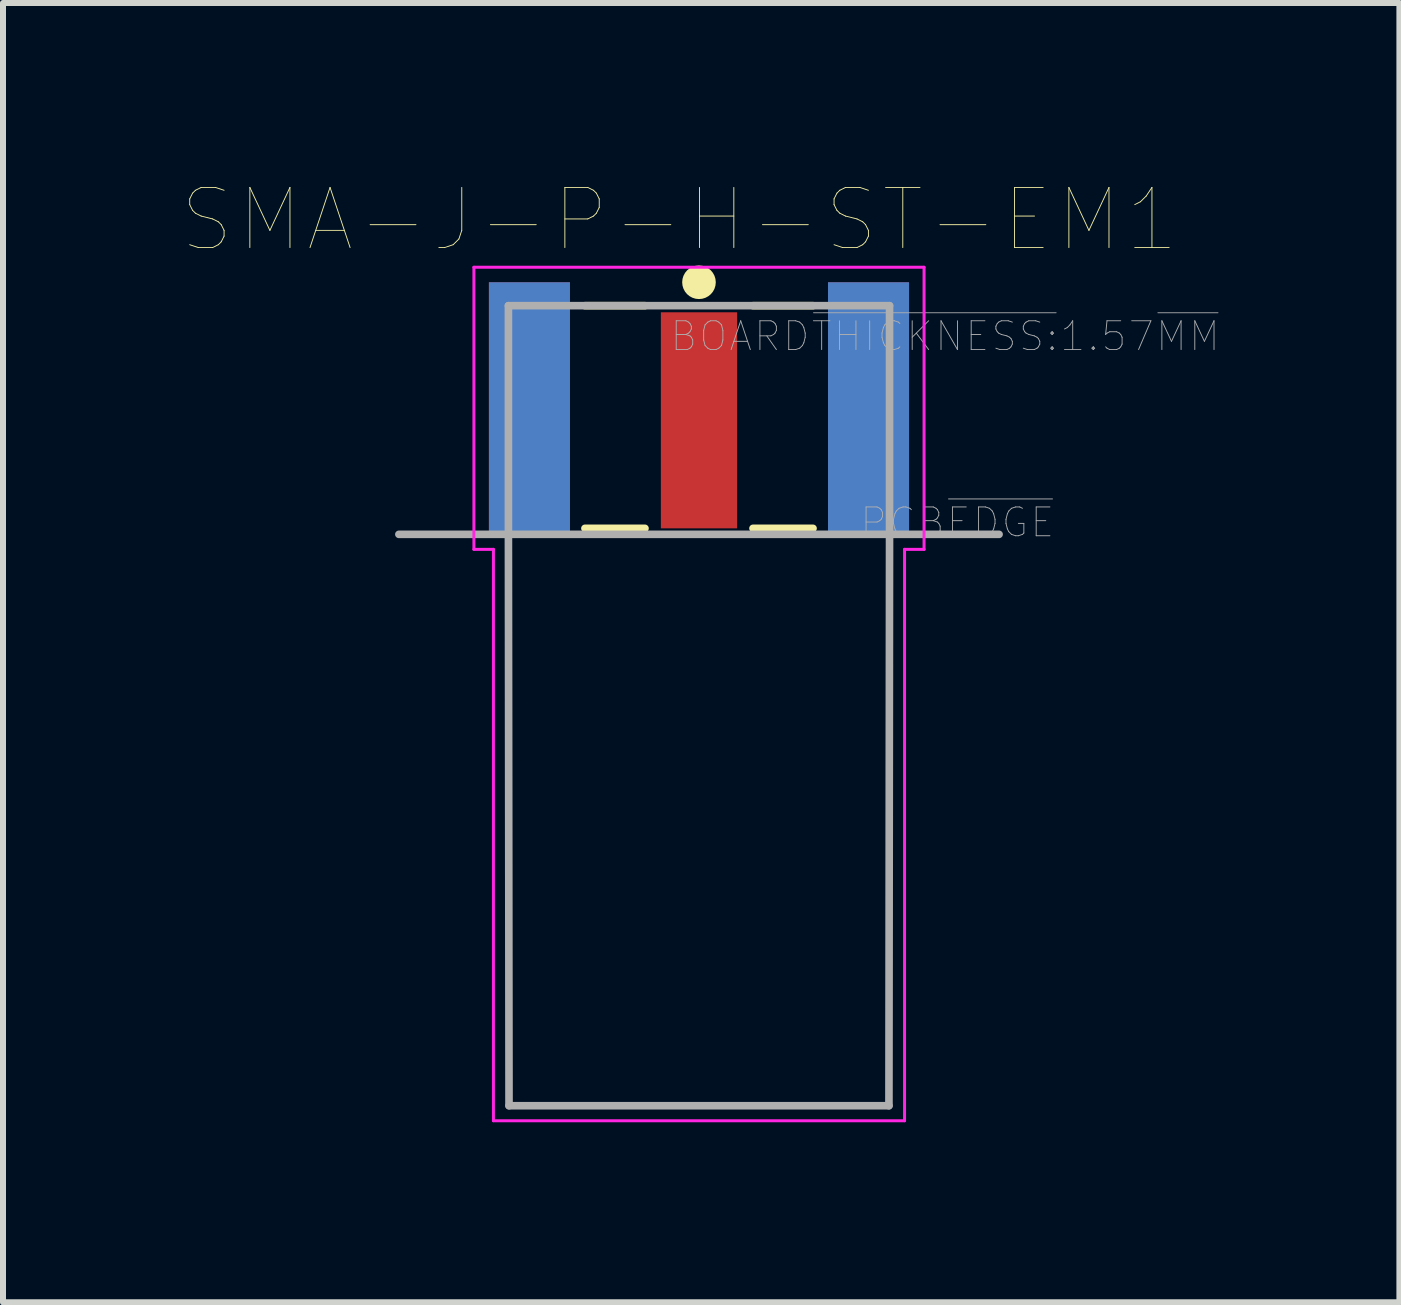
<source format=kicad_pcb>
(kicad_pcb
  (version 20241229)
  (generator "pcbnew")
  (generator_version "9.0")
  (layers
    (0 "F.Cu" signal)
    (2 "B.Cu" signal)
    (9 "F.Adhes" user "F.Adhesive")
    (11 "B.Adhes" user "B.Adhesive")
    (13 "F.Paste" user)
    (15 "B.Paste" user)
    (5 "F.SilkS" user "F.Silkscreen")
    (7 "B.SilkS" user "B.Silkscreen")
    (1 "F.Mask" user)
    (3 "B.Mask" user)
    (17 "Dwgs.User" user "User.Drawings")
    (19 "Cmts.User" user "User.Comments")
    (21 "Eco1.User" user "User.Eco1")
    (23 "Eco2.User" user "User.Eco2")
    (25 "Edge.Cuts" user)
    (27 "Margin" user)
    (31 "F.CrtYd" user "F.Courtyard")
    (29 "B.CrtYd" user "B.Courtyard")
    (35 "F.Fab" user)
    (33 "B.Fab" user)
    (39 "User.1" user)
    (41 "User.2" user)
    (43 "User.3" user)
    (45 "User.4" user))
  (footprint "SMA-J-P-H-ST-EM1"
    (layer "F.Cu")
    (at 8.596 3.953)
    (property "Reference" "SMA-J-P-H-ST-EM1" (at -0.326 -3.341 0) (layer "F.SilkS") (effects (font (size 1.002 1.002) (thickness 0.015))))
    (attr through_hole)
    (fp_line (start -1.9 -1.91) (end -0.9 -1.91) (stroke (width 0.127) (type solid)) (layer "F.SilkS"))
    (fp_line (start -1.9 1.8) (end -0.9 1.8) (stroke (width 0.127) (type solid)) (layer "F.SilkS"))
    (fp_line (start 0.9 -1.91) (end 1.9 -1.91) (stroke (width 0.127) (type solid)) (layer "F.SilkS"))
    (fp_line (start 0.9 1.8) (end 1.9 1.8) (stroke (width 0.127) (type solid)) (layer "F.SilkS"))
    (fp_circle (center 0 -2.3) (end 0.14 -2.3) (stroke (width 0.28) (type solid)) (fill no) (layer "F.SilkS"))
    (fp_line (start -3.75 -2.55) (end 3.75 -2.55) (stroke (width 0.05) (type solid)) (layer "F.CrtYd"))
    (fp_line (start -3.75 2.15) (end -3.75 -2.55) (stroke (width 0.05) (type solid)) (layer "F.CrtYd"))
    (fp_line (start -3.425 2.15) (end -3.75 2.15) (stroke (width 0.05) (type solid)) (layer "F.CrtYd"))
    (fp_line (start -3.425 11.67) (end -3.425 2.15) (stroke (width 0.05) (type solid)) (layer "F.CrtYd"))
    (fp_line (start 3.425 2.15) (end 3.425 11.67) (stroke (width 0.05) (type solid)) (layer "F.CrtYd"))
    (fp_line (start 3.425 11.67) (end -3.425 11.67) (stroke (width 0.05) (type solid)) (layer "F.CrtYd"))
    (fp_line (start 3.75 -2.55) (end 3.75 2.15) (stroke (width 0.05) (type solid)) (layer "F.CrtYd"))
    (fp_line (start 3.75 2.15) (end 3.425 2.15) (stroke (width 0.05) (type solid)) (layer "F.CrtYd"))
    (fp_line (start -5 1.9) (end -3.175 1.9) (stroke (width 0.127) (type solid)) (layer "F.Fab"))
    (fp_line (start -3.175 -1.91) (end 3.175 -1.91) (stroke (width 0.127) (type solid)) (layer "F.Fab"))
    (fp_line (start -3.175 1.9) (end -3.175 -1.91) (stroke (width 0.127) (type solid)) (layer "F.Fab"))
    (fp_line (start -3.175 1.9) (end 3.175 1.9) (stroke (width 0.127) (type solid)) (layer "F.Fab"))
    (fp_line (start -3.165 11.42) (end -3.175 1.9) (stroke (width 0.127) (type solid)) (layer "F.Fab"))
    (fp_line (start 3.165 11.42) (end -3.165 11.42) (stroke (width 0.127) (type solid)) (layer "F.Fab"))
    (fp_line (start 3.175 -1.91) (end 3.175 1.9) (stroke (width 0.127) (type solid)) (layer "F.Fab"))
    (fp_line (start 3.175 1.9) (end 3.165 11.42) (stroke (width 0.127) (type solid)) (layer "F.Fab"))
    (fp_line (start 3.175 1.9) (end 5 1.9) (stroke (width 0.127) (type solid)) (layer "F.Fab"))
    (fp_text user "BOARD~{THICKNESS:}1.57~{MM}" (at 4.101 -1.4 0) (layer "F.Fab") (effects (font (size 0.48 0.48) (thickness 0.015))))
    (fp_text user "PCB~{EDGE}" (at 4.304 1.702 0) (layer "F.Fab") (effects (font (size 0.48 0.48) (thickness 0.015))))
    (pad "1" smd rect (at 0 0) (size 1.27 3.6) (layers "F.Cu" "F.Mask" "F.Paste"))
    (pad "2_1" smd rect (at -2.825 -0.2) (size 1.35 4.2) (layers "F.Cu" "F.Mask" "F.Paste"))
    (pad "2_2" smd rect (at -2.825 -0.2) (size 1.35 4.2) (layers "B.Cu" "B.Mask" "B.Paste"))
    (pad "3_1" smd rect (at 2.825 -0.2) (size 1.35 4.2) (layers "F.Cu" "F.Mask" "F.Paste"))
    (pad "3_2" smd rect (at 2.825 -0.2) (size 1.35 4.2) (layers "B.Cu" "B.Mask" "B.Paste")))
  (gr_rect
    (start -3 -3)
    (end 20.266 18.648)
    (stroke (width 0.1) (type default))
    (fill no)
    (layer "Edge.Cuts")))
</source>
